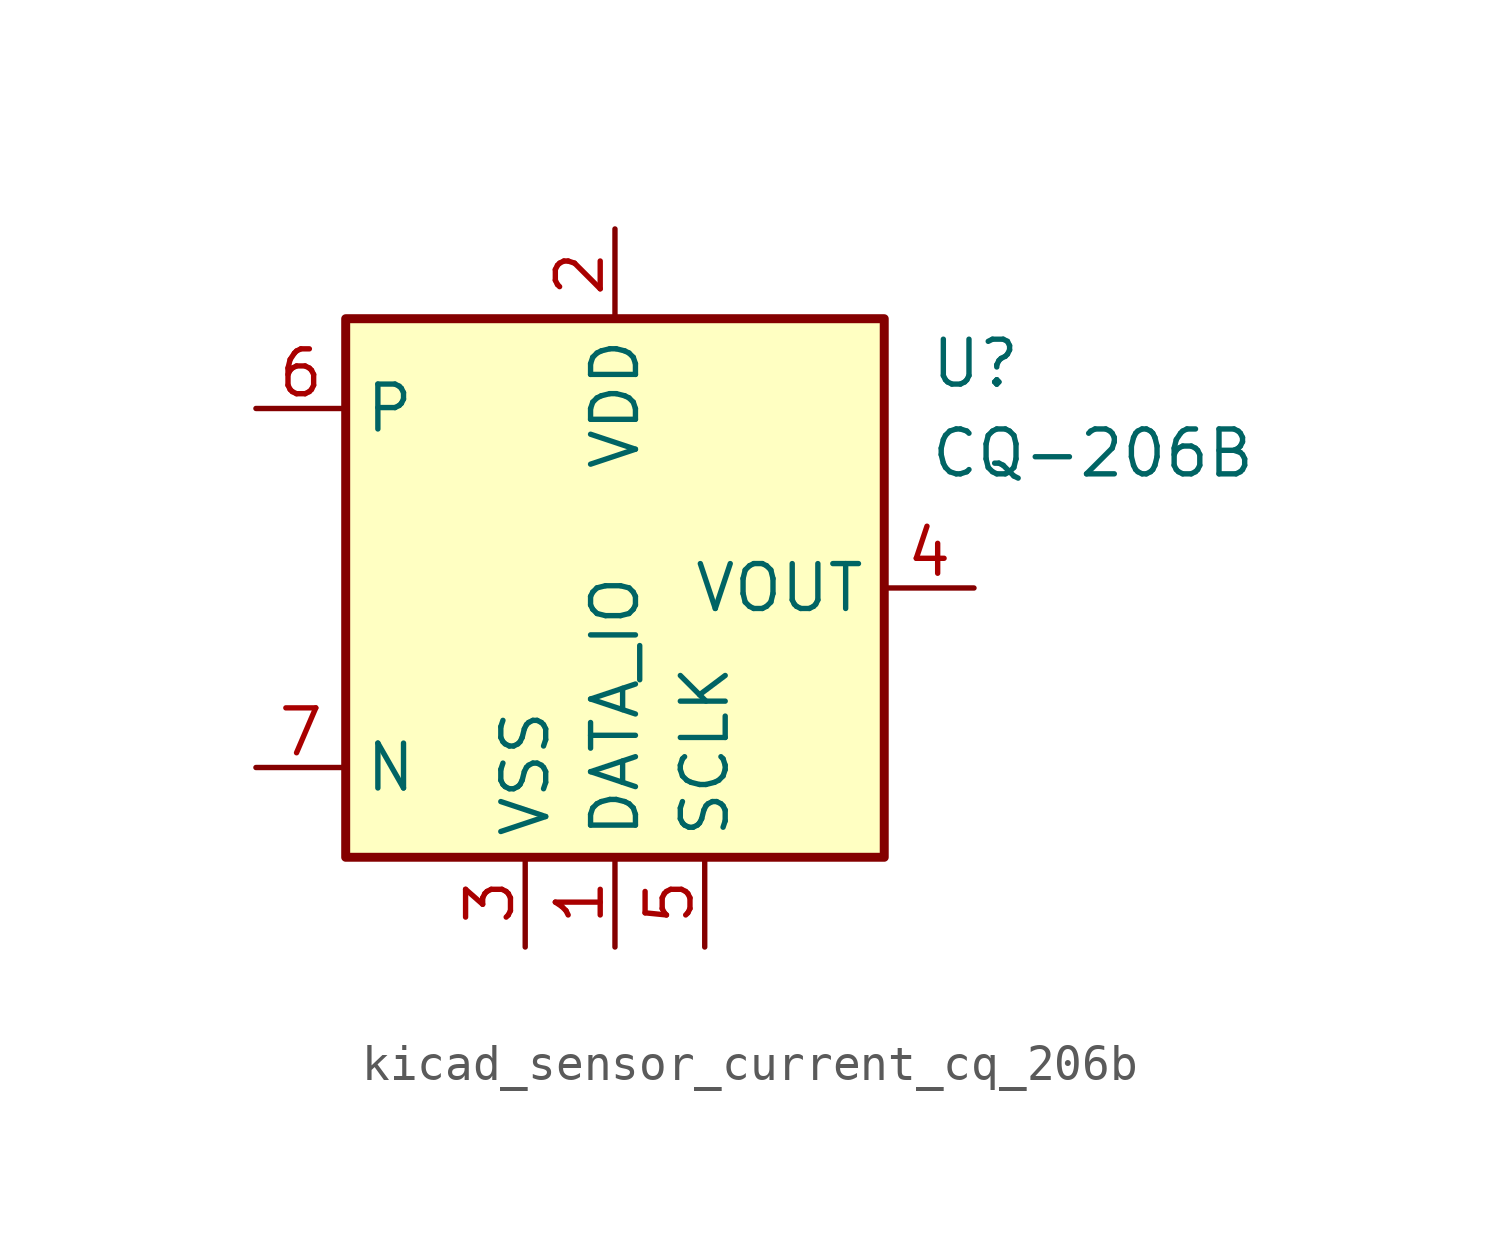
<source format=kicad_sym>
(kicad_symbol_lib
  (version 20220914)
  (generator kicad_symbol_editor)
  (symbol "kicad_sensor_current_cq_206b"
    (property "Reference" "U"
      (at 8.89 6.35 0)
      (effects (font (size 1.27 1.27)) (justify left)))
    (property "Value" "CQ-206B"
      (at 8.89 3.81 0)
      (effects (font (size 1.27 1.27)) (justify left)))
    (symbol "kicad_sensor_current_cq_206b_0_1"
      (rectangle (start -7.62 7.62) (end 7.62 -7.62) (stroke (width 0.254) (type default)) (fill (type background))))
    (symbol "kicad_sensor_current_cq_206b_1_1"
      (pin power_in line (at 0 -10.16 90) (length 2.54) (name "DATA_IO" (effects (font (size 1.27 1.27)))) (number "1" (effects (font (size 1.27 1.27)))))
      (pin power_in line (at 0 10.16 270) (length 2.54) (name "VDD" (effects (font (size 1.27 1.27)))) (number "2" (effects (font (size 1.27 1.27)))))
      (pin power_in line (at -2.54 -10.16 90) (length 2.54) (name "VSS" (effects (font (size 1.27 1.27)))) (number "3" (effects (font (size 1.27 1.27)))))
      (pin output line (at 10.16 0 180) (length 2.54) (name "VOUT" (effects (font (size 1.27 1.27)))) (number "4" (effects (font (size 1.27 1.27)))))
      (pin power_in line (at 2.54 -10.16 90) (length 2.54) (name "SCLK" (effects (font (size 1.27 1.27)))) (number "5" (effects (font (size 1.27 1.27)))))
      (pin passive line (at -10.16 5.08 0) (length 2.54) (name "P" (effects (font (size 1.27 1.27)))) (number "6" (effects (font (size 1.27 1.27)))))
      (pin passive line (at -10.16 -5.08 0) (length 2.54) (name "N" (effects (font (size 1.27 1.27)))) (number "7" (effects (font (size 1.27 1.27))))))))
</source>
